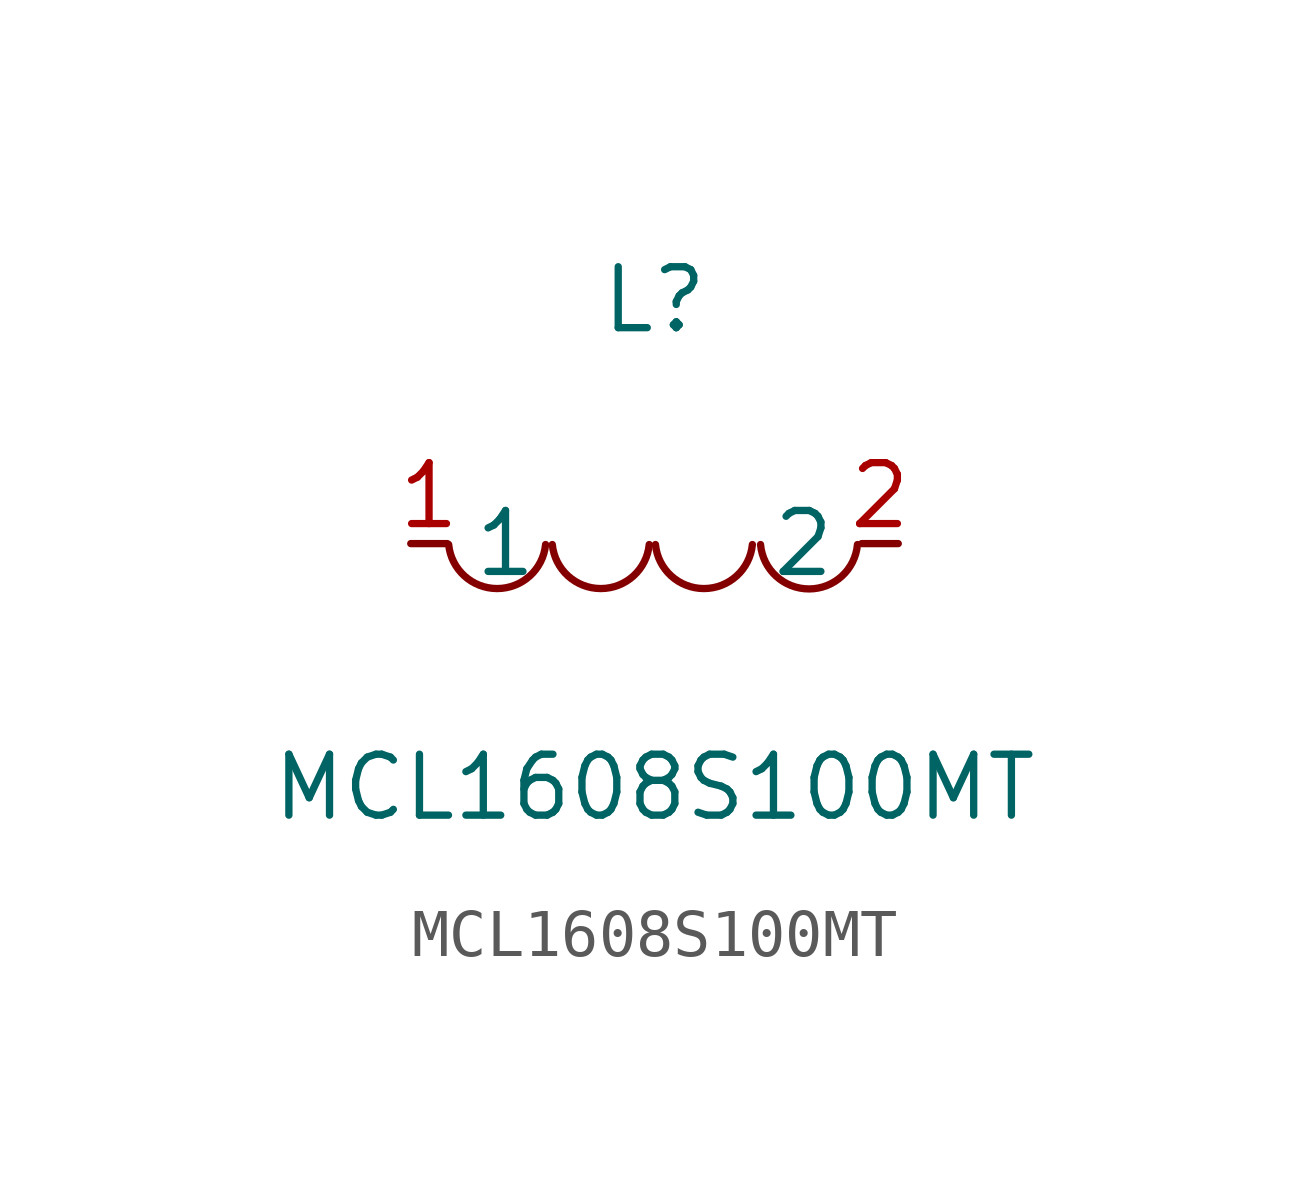
<source format=kicad_sym>
(kicad_symbol_lib
  (version 1)
  (generator "faebryk")
  (symbol "MCL1608S100MT"
    (property "Reference" "L"
      (at 0 5.08 0)
      (effects (font (size 1.27 1.27)) (hide no)))
    (property "Value" "MCL1608S100MT"
      (at 0 -5.08 0)
      (effects (font (size 1.27 1.27)) (hide no)))
    (symbol "MCL1608S100MT_0_1"
      (arc (start -4.29 -0.02) (mid -2.52 -0.79) (end -2.27 -0.02) (stroke (width 0) (type default) (color 0 0 0 0)) (fill (type none)))
      (arc (start -2.13 -0.02) (mid -0.36 -0.79) (end -0.11 -0.02) (stroke (width 0) (type default) (color 0 0 0 0)) (fill (type none)))
      (arc (start 0.02 -0.02) (mid 1.79 -0.79) (end 2.04 -0.02) (stroke (width 0) (type default) (color 0 0 0 0)) (fill (type none)))
      (arc (start 2.21 -0.02) (mid 3.3 -1.12) (end 4.23 -0.02) (stroke (width 0) (type default) (color 0 0 0 0)) (fill (type none)))
      (pin unspecified line (at 5.08 0 180) (length 0.762) (name "2" (effects (font (size 1.27 1.27)) (hide no))) (number "2" (effects (font (size 1.27 1.27)) (hide no))))
      (pin unspecified line (at -5.08 0 0) (length 0.762) (name "1" (effects (font (size 1.27 1.27)) (hide no))) (number "1" (effects (font (size 1.27 1.27)) (hide no)))))))
</source>
